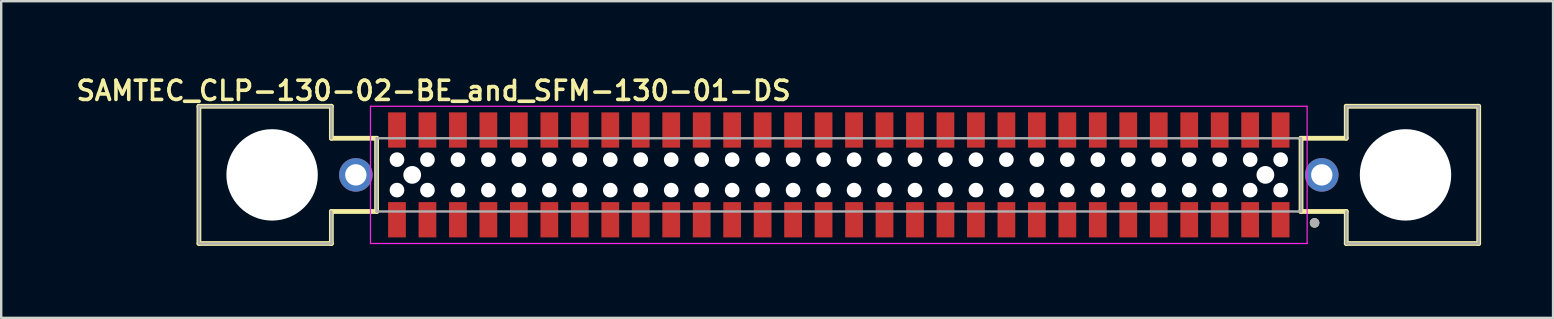
<source format=kicad_pcb>
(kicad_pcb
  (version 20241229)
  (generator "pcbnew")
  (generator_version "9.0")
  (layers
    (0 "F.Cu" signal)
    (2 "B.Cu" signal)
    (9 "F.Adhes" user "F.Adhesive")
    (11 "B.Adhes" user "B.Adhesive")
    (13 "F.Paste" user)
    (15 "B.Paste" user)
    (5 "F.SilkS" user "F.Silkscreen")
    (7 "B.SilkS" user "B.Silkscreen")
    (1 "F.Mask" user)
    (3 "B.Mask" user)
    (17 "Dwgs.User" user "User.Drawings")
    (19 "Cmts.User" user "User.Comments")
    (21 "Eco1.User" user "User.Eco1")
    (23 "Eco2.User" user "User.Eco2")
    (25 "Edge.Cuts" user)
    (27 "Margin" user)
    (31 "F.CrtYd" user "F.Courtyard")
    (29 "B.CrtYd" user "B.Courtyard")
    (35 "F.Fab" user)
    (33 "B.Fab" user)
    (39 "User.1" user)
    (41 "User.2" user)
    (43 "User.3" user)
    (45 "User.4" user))
  (footprint "SAMTEC_CLP-130-02-BE_and_SFM-130-01-DS"
    (layer "F.Cu")
    (at 31.911 4.239)
    (property "Reference" "SAMTEC_CLP-130-02-BE_and_SFM-130-01-DS" (at -16.89 -3.508 0) (layer "F.SilkS") (effects (font (size 0.8 0.8) (thickness 0.15))))
    (attr through_hole)
    (fp_line (start -26.67 -2.86) (end -21.15 -2.86) (stroke (width 0.2) (type solid)) (layer "F.SilkS"))
    (fp_line (start -26.67 2.86) (end -26.67 -2.86) (stroke (width 0.2) (type solid)) (layer "F.SilkS"))
    (fp_line (start -21.15 -2.86) (end -21.15 -1.525) (stroke (width 0.2) (type solid)) (layer "F.SilkS"))
    (fp_line (start -21.15 -1.525) (end -19.25 -1.525) (stroke (width 0.2) (type solid)) (layer "F.SilkS"))
    (fp_line (start -21.15 1.525) (end -21.15 2.86) (stroke (width 0.2) (type solid)) (layer "F.SilkS"))
    (fp_line (start -21.15 2.86) (end -26.67 2.86) (stroke (width 0.2) (type solid)) (layer "F.SilkS"))
    (fp_line (start -19.265 -1.525) (end -19.265 1.525) (stroke (width 0.2) (type solid)) (layer "F.SilkS"))
    (fp_line (start -19.25 1.525) (end -21.15 1.525) (stroke (width 0.2) (type solid)) (layer "F.SilkS"))
    (fp_line (start 19.25 -1.525) (end 21.15 -1.525) (stroke (width 0.2) (type solid)) (layer "F.SilkS"))
    (fp_line (start 19.265 -1.525) (end 19.265 1.525) (stroke (width 0.2) (type solid)) (layer "F.SilkS"))
    (fp_line (start 21.15 -2.86) (end 26.67 -2.86) (stroke (width 0.2) (type solid)) (layer "F.SilkS"))
    (fp_line (start 21.15 -1.525) (end 21.15 -2.86) (stroke (width 0.2) (type solid)) (layer "F.SilkS"))
    (fp_line (start 21.15 1.525) (end 19.25 1.525) (stroke (width 0.2) (type solid)) (layer "F.SilkS"))
    (fp_line (start 21.15 2.86) (end 21.15 1.525) (stroke (width 0.2) (type solid)) (layer "F.SilkS"))
    (fp_line (start 26.67 -2.86) (end 26.67 2.86) (stroke (width 0.2) (type solid)) (layer "F.SilkS"))
    (fp_line (start 26.67 2.86) (end 21.15 2.86) (stroke (width 0.2) (type solid)) (layer "F.SilkS"))
    (fp_circle (center 19.83 2) (end 19.93 2) (stroke (width 0.2) (type solid)) (fill no) (layer "F.SilkS"))
    (fp_line (start -19.52 -2.86) (end -19.52 2.86) (stroke (width 0.05) (type solid)) (layer "F.CrtYd"))
    (fp_line (start -19.52 2.86) (end 19.52 2.86) (stroke (width 0.05) (type solid)) (layer "F.CrtYd"))
    (fp_line (start 19.52 -2.86) (end -19.52 -2.86) (stroke (width 0.05) (type solid)) (layer "F.CrtYd"))
    (fp_line (start 19.52 2.86) (end 19.52 -2.86) (stroke (width 0.05) (type solid)) (layer "F.CrtYd"))
    (fp_line (start -26.67 -2.86) (end -26.67 2.86) (stroke (width 0.1) (type solid)) (layer "F.Fab"))
    (fp_line (start -26.67 2.86) (end -21.15 2.86) (stroke (width 0.1) (type solid)) (layer "F.Fab"))
    (fp_line (start -21.15 -2.86) (end -26.67 -2.86) (stroke (width 0.1) (type solid)) (layer "F.Fab"))
    (fp_line (start -21.15 -2.86) (end -21.15 -1.525) (stroke (width 0.1) (type solid)) (layer "F.Fab"))
    (fp_line (start -21.15 1.525) (end -21.15 2.86) (stroke (width 0.1) (type solid)) (layer "F.Fab"))
    (fp_line (start -19.265 -1.525) (end -19.265 1.525) (stroke (width 0.1) (type solid)) (layer "F.Fab"))
    (fp_line (start -19.265 1.525) (end 19.265 1.525) (stroke (width 0.1) (type solid)) (layer "F.Fab"))
    (fp_line (start 19.265 -1.525) (end -19.265 -1.525) (stroke (width 0.1) (type solid)) (layer "F.Fab"))
    (fp_line (start 19.265 1.525) (end 19.265 -1.525) (stroke (width 0.1) (type solid)) (layer "F.Fab"))
    (fp_line (start 21.15 -1.525) (end 21.15 -2.86) (stroke (width 0.1) (type solid)) (layer "F.Fab"))
    (fp_line (start 21.15 2.86) (end 21.15 1.525) (stroke (width 0.1) (type solid)) (layer "F.Fab"))
    (fp_line (start 21.15 2.86) (end 26.67 2.86) (stroke (width 0.1) (type solid)) (layer "F.Fab"))
    (fp_line (start 26.67 -2.86) (end 21.15 -2.86) (stroke (width 0.1) (type solid)) (layer "F.Fab"))
    (fp_line (start 26.67 2.86) (end 26.67 -2.86) (stroke (width 0.1) (type solid)) (layer "F.Fab"))
    (fp_circle (center 19.83 2) (end 19.93 2) (stroke (width 0.2) (type solid)) (fill no) (layer "F.Fab"))
    (pad "" np_thru_hole circle (at -23.62 0) (size 3.81 3.81) (drill 3.81) (layers "*.Cu" "*.Mask"))
    (pad "" np_thru_hole circle (at -18.415 -0.635) (size 0.61 0.61) (drill 0.61) (layers "*.Cu" "*.Mask"))
    (pad "" np_thru_hole circle (at -18.415 0.635) (size 0.61 0.61) (drill 0.61) (layers "*.Cu" "*.Mask"))
    (pad "" np_thru_hole circle (at -17.78 0) (size 0.74 0.74) (drill 0.74) (layers "*.Cu" "*.Mask"))
    (pad "" np_thru_hole circle (at -17.145 -0.635) (size 0.61 0.61) (drill 0.61) (layers "*.Cu" "*.Mask"))
    (pad "" np_thru_hole circle (at -17.145 0.635) (size 0.61 0.61) (drill 0.61) (layers "*.Cu" "*.Mask"))
    (pad "" np_thru_hole circle (at -15.875 -0.635) (size 0.61 0.61) (drill 0.61) (layers "*.Cu" "*.Mask"))
    (pad "" np_thru_hole circle (at -15.875 0.635) (size 0.61 0.61) (drill 0.61) (layers "*.Cu" "*.Mask"))
    (pad "" np_thru_hole circle (at -14.605 -0.635) (size 0.61 0.61) (drill 0.61) (layers "*.Cu" "*.Mask"))
    (pad "" np_thru_hole circle (at -14.605 0.635) (size 0.61 0.61) (drill 0.61) (layers "*.Cu" "*.Mask"))
    (pad "" np_thru_hole circle (at -13.335 -0.635) (size 0.61 0.61) (drill 0.61) (layers "*.Cu" "*.Mask"))
    (pad "" np_thru_hole circle (at -13.335 0.635) (size 0.61 0.61) (drill 0.61) (layers "*.Cu" "*.Mask"))
    (pad "" np_thru_hole circle (at -12.065 -0.635) (size 0.61 0.61) (drill 0.61) (layers "*.Cu" "*.Mask"))
    (pad "" np_thru_hole circle (at -12.065 0.635) (size 0.61 0.61) (drill 0.61) (layers "*.Cu" "*.Mask"))
    (pad "" np_thru_hole circle (at -10.795 -0.635) (size 0.61 0.61) (drill 0.61) (layers "*.Cu" "*.Mask"))
    (pad "" np_thru_hole circle (at -10.795 0.635) (size 0.61 0.61) (drill 0.61) (layers "*.Cu" "*.Mask"))
    (pad "" np_thru_hole circle (at -9.525 -0.635) (size 0.61 0.61) (drill 0.61) (layers "*.Cu" "*.Mask"))
    (pad "" np_thru_hole circle (at -9.525 0.635) (size 0.61 0.61) (drill 0.61) (layers "*.Cu" "*.Mask"))
    (pad "" np_thru_hole circle (at -8.255 -0.635) (size 0.61 0.61) (drill 0.61) (layers "*.Cu" "*.Mask"))
    (pad "" np_thru_hole circle (at -8.255 0.635) (size 0.61 0.61) (drill 0.61) (layers "*.Cu" "*.Mask"))
    (pad "" np_thru_hole circle (at -6.985 -0.635) (size 0.61 0.61) (drill 0.61) (layers "*.Cu" "*.Mask"))
    (pad "" np_thru_hole circle (at -6.985 0.635) (size 0.61 0.61) (drill 0.61) (layers "*.Cu" "*.Mask"))
    (pad "" np_thru_hole circle (at -5.715 -0.635) (size 0.61 0.61) (drill 0.61) (layers "*.Cu" "*.Mask"))
    (pad "" np_thru_hole circle (at -5.715 0.635) (size 0.61 0.61) (drill 0.61) (layers "*.Cu" "*.Mask"))
    (pad "" np_thru_hole circle (at -4.445 -0.635) (size 0.61 0.61) (drill 0.61) (layers "*.Cu" "*.Mask"))
    (pad "" np_thru_hole circle (at -4.445 0.635) (size 0.61 0.61) (drill 0.61) (layers "*.Cu" "*.Mask"))
    (pad "" np_thru_hole circle (at -3.175 -0.635) (size 0.61 0.61) (drill 0.61) (layers "*.Cu" "*.Mask"))
    (pad "" np_thru_hole circle (at -3.175 0.635) (size 0.61 0.61) (drill 0.61) (layers "*.Cu" "*.Mask"))
    (pad "" np_thru_hole circle (at -1.905 -0.635) (size 0.61 0.61) (drill 0.61) (layers "*.Cu" "*.Mask"))
    (pad "" np_thru_hole circle (at -1.905 0.635) (size 0.61 0.61) (drill 0.61) (layers "*.Cu" "*.Mask"))
    (pad "" np_thru_hole circle (at -0.635 -0.635) (size 0.61 0.61) (drill 0.61) (layers "*.Cu" "*.Mask"))
    (pad "" np_thru_hole circle (at -0.635 0.635) (size 0.61 0.61) (drill 0.61) (layers "*.Cu" "*.Mask"))
    (pad "" np_thru_hole circle (at 0.635 -0.635) (size 0.61 0.61) (drill 0.61) (layers "*.Cu" "*.Mask"))
    (pad "" np_thru_hole circle (at 0.635 0.635) (size 0.61 0.61) (drill 0.61) (layers "*.Cu" "*.Mask"))
    (pad "" np_thru_hole circle (at 1.905 -0.635) (size 0.61 0.61) (drill 0.61) (layers "*.Cu" "*.Mask"))
    (pad "" np_thru_hole circle (at 1.905 0.635) (size 0.61 0.61) (drill 0.61) (layers "*.Cu" "*.Mask"))
    (pad "" np_thru_hole circle (at 3.175 -0.635) (size 0.61 0.61) (drill 0.61) (layers "*.Cu" "*.Mask"))
    (pad "" np_thru_hole circle (at 3.175 0.635) (size 0.61 0.61) (drill 0.61) (layers "*.Cu" "*.Mask"))
    (pad "" np_thru_hole circle (at 4.445 -0.635) (size 0.61 0.61) (drill 0.61) (layers "*.Cu" "*.Mask"))
    (pad "" np_thru_hole circle (at 4.445 0.635) (size 0.61 0.61) (drill 0.61) (layers "*.Cu" "*.Mask"))
    (pad "" np_thru_hole circle (at 5.715 -0.635) (size 0.61 0.61) (drill 0.61) (layers "*.Cu" "*.Mask"))
    (pad "" np_thru_hole circle (at 5.715 0.635) (size 0.61 0.61) (drill 0.61) (layers "*.Cu" "*.Mask"))
    (pad "" np_thru_hole circle (at 6.985 -0.635) (size 0.61 0.61) (drill 0.61) (layers "*.Cu" "*.Mask"))
    (pad "" np_thru_hole circle (at 6.985 0.635) (size 0.61 0.61) (drill 0.61) (layers "*.Cu" "*.Mask"))
    (pad "" np_thru_hole circle (at 8.255 -0.635) (size 0.61 0.61) (drill 0.61) (layers "*.Cu" "*.Mask"))
    (pad "" np_thru_hole circle (at 8.255 0.635) (size 0.61 0.61) (drill 0.61) (layers "*.Cu" "*.Mask"))
    (pad "" np_thru_hole circle (at 9.525 -0.635) (size 0.61 0.61) (drill 0.61) (layers "*.Cu" "*.Mask"))
    (pad "" np_thru_hole circle (at 9.525 0.635) (size 0.61 0.61) (drill 0.61) (layers "*.Cu" "*.Mask"))
    (pad "" np_thru_hole circle (at 10.795 -0.635) (size 0.61 0.61) (drill 0.61) (layers "*.Cu" "*.Mask"))
    (pad "" np_thru_hole circle (at 10.795 0.635) (size 0.61 0.61) (drill 0.61) (layers "*.Cu" "*.Mask"))
    (pad "" np_thru_hole circle (at 12.065 -0.635) (size 0.61 0.61) (drill 0.61) (layers "*.Cu" "*.Mask"))
    (pad "" np_thru_hole circle (at 12.065 0.635) (size 0.61 0.61) (drill 0.61) (layers "*.Cu" "*.Mask"))
    (pad "" np_thru_hole circle (at 13.335 -0.635) (size 0.61 0.61) (drill 0.61) (layers "*.Cu" "*.Mask"))
    (pad "" np_thru_hole circle (at 13.335 0.635) (size 0.61 0.61) (drill 0.61) (layers "*.Cu" "*.Mask"))
    (pad "" np_thru_hole circle (at 14.605 -0.635) (size 0.61 0.61) (drill 0.61) (layers "*.Cu" "*.Mask"))
    (pad "" np_thru_hole circle (at 14.605 0.635) (size 0.61 0.61) (drill 0.61) (layers "*.Cu" "*.Mask"))
    (pad "" np_thru_hole circle (at 15.875 -0.635) (size 0.61 0.61) (drill 0.61) (layers "*.Cu" "*.Mask"))
    (pad "" np_thru_hole circle (at 15.875 0.635) (size 0.61 0.61) (drill 0.61) (layers "*.Cu" "*.Mask"))
    (pad "" np_thru_hole circle (at 17.145 -0.635) (size 0.61 0.61) (drill 0.61) (layers "*.Cu" "*.Mask"))
    (pad "" np_thru_hole circle (at 17.145 0.635) (size 0.61 0.61) (drill 0.61) (layers "*.Cu" "*.Mask"))
    (pad "" np_thru_hole circle (at 17.78 0) (size 0.74 0.74) (drill 0.74) (layers "*.Cu" "*.Mask"))
    (pad "" np_thru_hole circle (at 18.415 -0.635) (size 0.61 0.61) (drill 0.61) (layers "*.Cu" "*.Mask"))
    (pad "" np_thru_hole circle (at 18.415 0.635) (size 0.61 0.61) (drill 0.61) (layers "*.Cu" "*.Mask"))
    (pad "" np_thru_hole circle (at 23.62 0 180) (size 3.81 3.81) (drill 3.81) (layers "*.Cu" "*.Mask"))
    (pad "1" smd rect (at 18.415 1.87) (size 0.74 1.47) (layers "F.Cu" "F.Mask" "F.Paste"))
    (pad "2" smd rect (at 18.415 -1.87) (size 0.74 1.47) (layers "F.Cu" "F.Mask" "F.Paste"))
    (pad "3" smd rect (at 17.145 1.87) (size 0.74 1.47) (layers "F.Cu" "F.Mask" "F.Paste"))
    (pad "4" smd rect (at 17.145 -1.87) (size 0.74 1.47) (layers "F.Cu" "F.Mask" "F.Paste"))
    (pad "5" smd rect (at 15.875 1.87) (size 0.74 1.47) (layers "F.Cu" "F.Mask" "F.Paste"))
    (pad "6" smd rect (at 15.875 -1.87) (size 0.74 1.47) (layers "F.Cu" "F.Mask" "F.Paste"))
    (pad "7" smd rect (at 14.605 1.87) (size 0.74 1.47) (layers "F.Cu" "F.Mask" "F.Paste"))
    (pad "8" smd rect (at 14.605 -1.87) (size 0.74 1.47) (layers "F.Cu" "F.Mask" "F.Paste"))
    (pad "9" smd rect (at 13.335 1.87) (size 0.74 1.47) (layers "F.Cu" "F.Mask" "F.Paste"))
    (pad "10" smd rect (at 13.335 -1.87) (size 0.74 1.47) (layers "F.Cu" "F.Mask" "F.Paste"))
    (pad "11" smd rect (at 12.065 1.87) (size 0.74 1.47) (layers "F.Cu" "F.Mask" "F.Paste"))
    (pad "12" smd rect (at 12.065 -1.87) (size 0.74 1.47) (layers "F.Cu" "F.Mask" "F.Paste"))
    (pad "13" smd rect (at 10.795 1.87) (size 0.74 1.47) (layers "F.Cu" "F.Mask" "F.Paste"))
    (pad "14" smd rect (at 10.795 -1.87) (size 0.74 1.47) (layers "F.Cu" "F.Mask" "F.Paste"))
    (pad "15" smd rect (at 9.525 1.87) (size 0.74 1.47) (layers "F.Cu" "F.Mask" "F.Paste"))
    (pad "16" smd rect (at 9.525 -1.87) (size 0.74 1.47) (layers "F.Cu" "F.Mask" "F.Paste"))
    (pad "17" smd rect (at 8.255 1.87) (size 0.74 1.47) (layers "F.Cu" "F.Mask" "F.Paste"))
    (pad "18" smd rect (at 8.255 -1.87) (size 0.74 1.47) (layers "F.Cu" "F.Mask" "F.Paste"))
    (pad "19" smd rect (at 6.985 1.87) (size 0.74 1.47) (layers "F.Cu" "F.Mask" "F.Paste"))
    (pad "20" smd rect (at 6.985 -1.87) (size 0.74 1.47) (layers "F.Cu" "F.Mask" "F.Paste"))
    (pad "21" smd rect (at 5.715 1.87) (size 0.74 1.47) (layers "F.Cu" "F.Mask" "F.Paste"))
    (pad "22" smd rect (at 5.715 -1.87) (size 0.74 1.47) (layers "F.Cu" "F.Mask" "F.Paste"))
    (pad "23" smd rect (at 4.445 1.87) (size 0.74 1.47) (layers "F.Cu" "F.Mask" "F.Paste"))
    (pad "24" smd rect (at 4.445 -1.87) (size 0.74 1.47) (layers "F.Cu" "F.Mask" "F.Paste"))
    (pad "25" smd rect (at 3.175 1.87) (size 0.74 1.47) (layers "F.Cu" "F.Mask" "F.Paste"))
    (pad "26" smd rect (at 3.175 -1.87) (size 0.74 1.47) (layers "F.Cu" "F.Mask" "F.Paste"))
    (pad "27" smd rect (at 1.905 1.87) (size 0.74 1.47) (layers "F.Cu" "F.Mask" "F.Paste"))
    (pad "28" smd rect (at 1.905 -1.87) (size 0.74 1.47) (layers "F.Cu" "F.Mask" "F.Paste"))
    (pad "29" smd rect (at 0.635 1.87) (size 0.74 1.47) (layers "F.Cu" "F.Mask" "F.Paste"))
    (pad "30" smd rect (at 0.635 -1.87) (size 0.74 1.47) (layers "F.Cu" "F.Mask" "F.Paste"))
    (pad "31" smd rect (at -0.635 1.87) (size 0.74 1.47) (layers "F.Cu" "F.Mask" "F.Paste"))
    (pad "32" smd rect (at -0.635 -1.87) (size 0.74 1.47) (layers "F.Cu" "F.Mask" "F.Paste"))
    (pad "33" smd rect (at -1.905 1.87) (size 0.74 1.47) (layers "F.Cu" "F.Mask" "F.Paste"))
    (pad "34" smd rect (at -1.905 -1.87) (size 0.74 1.47) (layers "F.Cu" "F.Mask" "F.Paste"))
    (pad "35" smd rect (at -3.175 1.87) (size 0.74 1.47) (layers "F.Cu" "F.Mask" "F.Paste"))
    (pad "36" smd rect (at -3.175 -1.87) (size 0.74 1.47) (layers "F.Cu" "F.Mask" "F.Paste"))
    (pad "37" smd rect (at -4.445 1.87) (size 0.74 1.47) (layers "F.Cu" "F.Mask" "F.Paste"))
    (pad "38" smd rect (at -4.445 -1.87) (size 0.74 1.47) (layers "F.Cu" "F.Mask" "F.Paste"))
    (pad "39" smd rect (at -5.715 1.87) (size 0.74 1.47) (layers "F.Cu" "F.Mask" "F.Paste"))
    (pad "40" smd rect (at -5.715 -1.87) (size 0.74 1.47) (layers "F.Cu" "F.Mask" "F.Paste"))
    (pad "41" smd rect (at -6.985 1.87) (size 0.74 1.47) (layers "F.Cu" "F.Mask" "F.Paste"))
    (pad "42" smd rect (at -6.985 -1.87) (size 0.74 1.47) (layers "F.Cu" "F.Mask" "F.Paste"))
    (pad "43" smd rect (at -8.255 1.87) (size 0.74 1.47) (layers "F.Cu" "F.Mask" "F.Paste"))
    (pad "44" smd rect (at -8.255 -1.87) (size 0.74 1.47) (layers "F.Cu" "F.Mask" "F.Paste"))
    (pad "45" smd rect (at -9.525 1.87) (size 0.74 1.47) (layers "F.Cu" "F.Mask" "F.Paste"))
    (pad "46" smd rect (at -9.525 -1.87) (size 0.74 1.47) (layers "F.Cu" "F.Mask" "F.Paste"))
    (pad "47" smd rect (at -10.795 1.87) (size 0.74 1.47) (layers "F.Cu" "F.Mask" "F.Paste"))
    (pad "48" smd rect (at -10.795 -1.87) (size 0.74 1.47) (layers "F.Cu" "F.Mask" "F.Paste"))
    (pad "49" smd rect (at -12.065 1.87) (size 0.74 1.47) (layers "F.Cu" "F.Mask" "F.Paste"))
    (pad "50" smd rect (at -12.065 -1.87) (size 0.74 1.47) (layers "F.Cu" "F.Mask" "F.Paste"))
    (pad "51" smd rect (at -13.335 1.87) (size 0.74 1.47) (layers "F.Cu" "F.Mask" "F.Paste"))
    (pad "52" smd rect (at -13.335 -1.87) (size 0.74 1.47) (layers "F.Cu" "F.Mask" "F.Paste"))
    (pad "53" smd rect (at -14.605 1.87) (size 0.74 1.47) (layers "F.Cu" "F.Mask" "F.Paste"))
    (pad "54" smd rect (at -14.605 -1.87) (size 0.74 1.47) (layers "F.Cu" "F.Mask" "F.Paste"))
    (pad "55" smd rect (at -15.875 1.87) (size 0.74 1.47) (layers "F.Cu" "F.Mask" "F.Paste"))
    (pad "56" smd rect (at -15.875 -1.87) (size 0.74 1.47) (layers "F.Cu" "F.Mask" "F.Paste"))
    (pad "57" smd rect (at -17.145 1.87) (size 0.74 1.47) (layers "F.Cu" "F.Mask" "F.Paste"))
    (pad "58" smd rect (at -17.145 -1.87) (size 0.74 1.47) (layers "F.Cu" "F.Mask" "F.Paste"))
    (pad "59" smd rect (at -18.415 1.87) (size 0.74 1.47) (layers "F.Cu" "F.Mask" "F.Paste"))
    (pad "60" smd rect (at -18.415 -1.87) (size 0.74 1.47) (layers "F.Cu" "F.Mask" "F.Paste"))
    (pad "S1" thru_hole circle (at -20.13 0) (size 1.398 1.398) (drill 0.89) (layers "*.Cu" "*.Mask"))
    (pad "S2" thru_hole circle (at 20.13 0) (size 1.398 1.398) (drill 0.89) (layers "*.Cu" "*.Mask")))
  (gr_rect
    (start -3 -3)
    (end 61.681 10.199)
    (stroke (width 0.1) (type default))
    (fill no)
    (layer "Edge.Cuts")))
</source>
